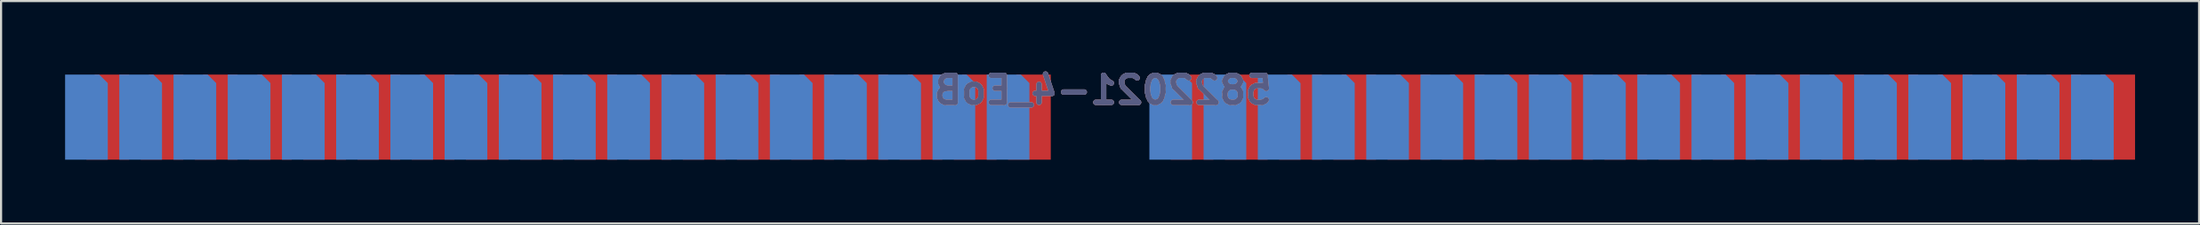
<source format=kicad_pcb>
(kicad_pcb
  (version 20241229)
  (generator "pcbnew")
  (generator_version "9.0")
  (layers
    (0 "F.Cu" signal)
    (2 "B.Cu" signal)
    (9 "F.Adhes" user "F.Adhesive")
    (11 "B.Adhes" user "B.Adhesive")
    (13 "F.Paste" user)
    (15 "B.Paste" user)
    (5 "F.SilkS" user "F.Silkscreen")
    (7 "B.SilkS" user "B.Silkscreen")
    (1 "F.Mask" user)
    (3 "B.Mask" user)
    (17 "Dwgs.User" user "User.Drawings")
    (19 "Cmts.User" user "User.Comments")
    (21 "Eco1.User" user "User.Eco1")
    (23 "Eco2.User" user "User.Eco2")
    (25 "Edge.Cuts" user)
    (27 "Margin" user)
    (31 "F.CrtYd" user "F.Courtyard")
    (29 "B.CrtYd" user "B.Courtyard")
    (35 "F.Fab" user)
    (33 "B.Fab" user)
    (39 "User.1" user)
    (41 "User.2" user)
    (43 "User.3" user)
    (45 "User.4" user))
  (footprint "5822021-4_EoB"
    (layer "F.Cu")
    (at 48.99 2.459)
    (property "Reference" "5822021-4_EoB" (at -0.365 -1.27 0) (layer "B.SilkS") (effects (font (size 1.27 1.27) (thickness 0.254)) (justify mirror)))
    (attr through_hole)
    (fp_text user "${REFERENCE}" (at -0.365 -1.27 0) (layer "B.Fab") (effects (font (size 1.27 1.27) (thickness 0.254)) (justify mirror)))
    (pad "1" connect roundrect (at -47.99 0) (size 2 4) (layers "B.Cu" "B.Mask") (roundrect_rratio 0) (chamfer_ratio 0.2) (chamfer top_right))
    (pad "2" connect roundrect (at -46.99 0) (size 2 4) (layers "F.Cu" "F.Mask") (roundrect_rratio 0) (chamfer_ratio 0.2) (chamfer top_left))
    (pad "3" connect roundrect (at -45.45 0) (size 2 4) (layers "B.Cu" "B.Mask") (roundrect_rratio 0) (chamfer_ratio 0.2) (chamfer top_right))
    (pad "4" connect roundrect (at -44.45 0) (size 2 4) (layers "F.Cu" "F.Mask") (roundrect_rratio 0) (chamfer_ratio 0.2) (chamfer top_left))
    (pad "5" connect roundrect (at -42.91 0) (size 2 4) (layers "B.Cu" "B.Mask") (roundrect_rratio 0) (chamfer_ratio 0.2) (chamfer top_right))
    (pad "6" connect roundrect (at -41.91 0) (size 2 4) (layers "F.Cu" "F.Mask") (roundrect_rratio 0) (chamfer_ratio 0.2) (chamfer top_left))
    (pad "7" connect roundrect (at -40.37 0) (size 2 4) (layers "B.Cu" "B.Mask") (roundrect_rratio 0) (chamfer_ratio 0.2) (chamfer top_right))
    (pad "8" connect roundrect (at -39.37 0) (size 2 4) (layers "F.Cu" "F.Mask") (roundrect_rratio 0) (chamfer_ratio 0.2) (chamfer top_left))
    (pad "9" connect roundrect (at -37.83 0) (size 2 4) (layers "B.Cu" "B.Mask") (roundrect_rratio 0) (chamfer_ratio 0.2) (chamfer top_right))
    (pad "10" connect roundrect (at -36.83 0) (size 2 4) (layers "F.Cu" "F.Mask") (roundrect_rratio 0) (chamfer_ratio 0.2) (chamfer top_left))
    (pad "11" connect roundrect (at -35.29 0) (size 2 4) (layers "B.Cu" "B.Mask") (roundrect_rratio 0) (chamfer_ratio 0.2) (chamfer top_right))
    (pad "12" connect roundrect (at -34.29 0) (size 2 4) (layers "F.Cu" "F.Mask") (roundrect_rratio 0) (chamfer_ratio 0.2) (chamfer top_left))
    (pad "13" connect roundrect (at -32.75 0) (size 2 4) (layers "B.Cu" "B.Mask") (roundrect_rratio 0) (chamfer_ratio 0.2) (chamfer top_right))
    (pad "14" connect roundrect (at -31.75 0) (size 2 4) (layers "F.Cu" "F.Mask") (roundrect_rratio 0) (chamfer_ratio 0.2) (chamfer top_left))
    (pad "15" connect roundrect (at -30.21 0) (size 2 4) (layers "B.Cu" "B.Mask") (roundrect_rratio 0) (chamfer_ratio 0.2) (chamfer top_right))
    (pad "16" connect roundrect (at -29.21 0) (size 2 4) (layers "F.Cu" "F.Mask") (roundrect_rratio 0) (chamfer_ratio 0.2) (chamfer top_left))
    (pad "17" connect roundrect (at -27.67 0) (size 2 4) (layers "B.Cu" "B.Mask") (roundrect_rratio 0) (chamfer_ratio 0.2) (chamfer top_right))
    (pad "18" connect roundrect (at -26.67 0) (size 2 4) (layers "F.Cu" "F.Mask") (roundrect_rratio 0) (chamfer_ratio 0.2) (chamfer top_left))
    (pad "19" connect roundrect (at -25.13 0) (size 2 4) (layers "B.Cu" "B.Mask") (roundrect_rratio 0) (chamfer_ratio 0.2) (chamfer top_right))
    (pad "20" connect roundrect (at -24.13 0) (size 2 4) (layers "F.Cu" "F.Mask") (roundrect_rratio 0) (chamfer_ratio 0.2) (chamfer top_left))
    (pad "21" connect roundrect (at -22.59 0) (size 2 4) (layers "B.Cu" "B.Mask") (roundrect_rratio 0) (chamfer_ratio 0.2) (chamfer top_right))
    (pad "22" connect roundrect (at -21.59 0) (size 2 4) (layers "F.Cu" "F.Mask") (roundrect_rratio 0) (chamfer_ratio 0.2) (chamfer top_left))
    (pad "23" connect roundrect (at -20.05 0) (size 2 4) (layers "B.Cu" "B.Mask") (roundrect_rratio 0) (chamfer_ratio 0.2) (chamfer top_right))
    (pad "24" connect roundrect (at -19.05 0) (size 2 4) (layers "F.Cu" "F.Mask") (roundrect_rratio 0) (chamfer_ratio 0.2) (chamfer top_left))
    (pad "25" connect roundrect (at -17.51 0) (size 2 4) (layers "B.Cu" "B.Mask") (roundrect_rratio 0) (chamfer_ratio 0.2) (chamfer top_right))
    (pad "26" connect roundrect (at -16.51 0) (size 2 4) (layers "F.Cu" "F.Mask") (roundrect_rratio 0) (chamfer_ratio 0.2) (chamfer top_left))
    (pad "27" connect roundrect (at -14.97 0) (size 2 4) (layers "B.Cu" "B.Mask") (roundrect_rratio 0) (chamfer_ratio 0.2) (chamfer top_right))
    (pad "28" connect roundrect (at -13.97 0) (size 2 4) (layers "F.Cu" "F.Mask") (roundrect_rratio 0) (chamfer_ratio 0.2) (chamfer top_left))
    (pad "29" connect roundrect (at -12.43 0) (size 2 4) (layers "B.Cu" "B.Mask") (roundrect_rratio 0) (chamfer_ratio 0.2) (chamfer top_right))
    (pad "30" connect roundrect (at -11.43 0) (size 2 4) (layers "F.Cu" "F.Mask") (roundrect_rratio 0) (chamfer_ratio 0.2) (chamfer top_left))
    (pad "31" connect roundrect (at -9.89 0) (size 2 4) (layers "B.Cu" "B.Mask") (roundrect_rratio 0) (chamfer_ratio 0.2) (chamfer top_right))
    (pad "32" connect roundrect (at -8.89 0) (size 2 4) (layers "F.Cu" "F.Mask") (roundrect_rratio 0) (chamfer_ratio 0.2) (chamfer top_left))
    (pad "33" connect roundrect (at -7.35 0) (size 2 4) (layers "B.Cu" "B.Mask") (roundrect_rratio 0) (chamfer_ratio 0.2) (chamfer top_right))
    (pad "34" connect roundrect (at -6.35 0) (size 2 4) (layers "F.Cu" "F.Mask") (roundrect_rratio 0) (chamfer_ratio 0.2) (chamfer top_left))
    (pad "35" connect roundrect (at -4.81 0) (size 2 4) (layers "B.Cu" "B.Mask") (roundrect_rratio 0) (chamfer_ratio 0.2) (chamfer top_right))
    (pad "36" connect roundrect (at -3.81 0) (size 2 4) (layers "F.Cu" "F.Mask") (roundrect_rratio 0) (chamfer_ratio 0.2) (chamfer top_left))
    (pad "37" connect roundrect (at 2.81 0) (size 2 4) (layers "B.Cu" "B.Mask") (roundrect_rratio 0) (chamfer_ratio 0.2) (chamfer top_right))
    (pad "38" connect roundrect (at 3.81 0) (size 2 4) (layers "F.Cu" "F.Mask") (roundrect_rratio 0) (chamfer_ratio 0.2) (chamfer top_left))
    (pad "39" connect roundrect (at 5.35 0) (size 2 4) (layers "B.Cu" "B.Mask") (roundrect_rratio 0) (chamfer_ratio 0.2) (chamfer top_right))
    (pad "40" connect roundrect (at 6.35 0) (size 2 4) (layers "F.Cu" "F.Mask") (roundrect_rratio 0) (chamfer_ratio 0.2) (chamfer top_left))
    (pad "41" connect roundrect (at 7.89 0) (size 2 4) (layers "B.Cu" "B.Mask") (roundrect_rratio 0) (chamfer_ratio 0.2) (chamfer top_right))
    (pad "42" connect roundrect (at 8.89 0) (size 2 4) (layers "F.Cu" "F.Mask") (roundrect_rratio 0) (chamfer_ratio 0.2) (chamfer top_left))
    (pad "43" connect roundrect (at 10.43 0) (size 2 4) (layers "B.Cu" "B.Mask") (roundrect_rratio 0) (chamfer_ratio 0.2) (chamfer top_right))
    (pad "44" connect roundrect (at 11.43 0) (size 2 4) (layers "F.Cu" "F.Mask") (roundrect_rratio 0) (chamfer_ratio 0.2) (chamfer top_left))
    (pad "45" connect roundrect (at 12.97 0) (size 2 4) (layers "B.Cu" "B.Mask") (roundrect_rratio 0) (chamfer_ratio 0.2) (chamfer top_right))
    (pad "46" connect roundrect (at 13.97 0) (size 2 4) (layers "F.Cu" "F.Mask") (roundrect_rratio 0) (chamfer_ratio 0.2) (chamfer top_left))
    (pad "47" connect roundrect (at 15.51 0) (size 2 4) (layers "B.Cu" "B.Mask") (roundrect_rratio 0) (chamfer_ratio 0.2) (chamfer top_right))
    (pad "48" connect roundrect (at 16.51 0) (size 2 4) (layers "F.Cu" "F.Mask") (roundrect_rratio 0) (chamfer_ratio 0.2) (chamfer top_left))
    (pad "49" connect roundrect (at 18.05 0) (size 2 4) (layers "B.Cu" "B.Mask") (roundrect_rratio 0) (chamfer_ratio 0.2) (chamfer top_right))
    (pad "50" connect roundrect (at 19.05 0) (size 2 4) (layers "F.Cu" "F.Mask") (roundrect_rratio 0) (chamfer_ratio 0.2) (chamfer top_left))
    (pad "51" connect roundrect (at 20.59 0) (size 2 4) (layers "B.Cu" "B.Mask") (roundrect_rratio 0) (chamfer_ratio 0.2) (chamfer top_right))
    (pad "52" connect roundrect (at 21.59 0) (size 2 4) (layers "F.Cu" "F.Mask") (roundrect_rratio 0) (chamfer_ratio 0.2) (chamfer top_left))
    (pad "53" connect roundrect (at 23.13 0) (size 2 4) (layers "B.Cu" "B.Mask") (roundrect_rratio 0) (chamfer_ratio 0.2) (chamfer top_right))
    (pad "54" connect roundrect (at 24.13 0) (size 2 4) (layers "F.Cu" "F.Mask") (roundrect_rratio 0) (chamfer_ratio 0.2) (chamfer top_left))
    (pad "55" connect roundrect (at 25.67 0) (size 2 4) (layers "B.Cu" "B.Mask") (roundrect_rratio 0) (chamfer_ratio 0.2) (chamfer top_right))
    (pad "56" connect roundrect (at 26.67 0) (size 2 4) (layers "F.Cu" "F.Mask") (roundrect_rratio 0) (chamfer_ratio 0.2) (chamfer top_left))
    (pad "57" connect roundrect (at 28.21 0) (size 2 4) (layers "B.Cu" "B.Mask") (roundrect_rratio 0) (chamfer_ratio 0.2) (chamfer top_right))
    (pad "58" connect roundrect (at 29.21 0) (size 2 4) (layers "F.Cu" "F.Mask") (roundrect_rratio 0) (chamfer_ratio 0.2) (chamfer top_left))
    (pad "59" connect roundrect (at 30.75 0) (size 2 4) (layers "B.Cu" "B.Mask") (roundrect_rratio 0) (chamfer_ratio 0.2) (chamfer top_right))
    (pad "60" connect roundrect (at 31.75 0) (size 2 4) (layers "F.Cu" "F.Mask") (roundrect_rratio 0) (chamfer_ratio 0.2) (chamfer top_left))
    (pad "61" connect roundrect (at 33.29 0) (size 2 4) (layers "B.Cu" "B.Mask") (roundrect_rratio 0) (chamfer_ratio 0.2) (chamfer top_right))
    (pad "62" connect roundrect (at 34.29 0) (size 2 4) (layers "F.Cu" "F.Mask") (roundrect_rratio 0) (chamfer_ratio 0.2) (chamfer top_left))
    (pad "63" connect roundrect (at 35.83 0) (size 2 4) (layers "B.Cu" "B.Mask") (roundrect_rratio 0) (chamfer_ratio 0.2) (chamfer top_right))
    (pad "64" connect roundrect (at 36.83 0) (size 2 4) (layers "F.Cu" "F.Mask") (roundrect_rratio 0) (chamfer_ratio 0.2) (chamfer top_left))
    (pad "65" connect roundrect (at 38.37 0) (size 2 4) (layers "B.Cu" "B.Mask") (roundrect_rratio 0) (chamfer_ratio 0.2) (chamfer top_right))
    (pad "66" connect roundrect (at 39.37 0) (size 2 4) (layers "F.Cu" "F.Mask") (roundrect_rratio 0) (chamfer_ratio 0.2) (chamfer top_left))
    (pad "67" connect roundrect (at 40.91 0) (size 2 4) (layers "B.Cu" "B.Mask") (roundrect_rratio 0) (chamfer_ratio 0.2) (chamfer top_right))
    (pad "68" connect roundrect (at 41.91 0) (size 2 4) (layers "F.Cu" "F.Mask") (roundrect_rratio 0) (chamfer_ratio 0.2) (chamfer top_left))
    (pad "69" connect roundrect (at 43.45 0) (size 2 4) (layers "B.Cu" "B.Mask") (roundrect_rratio 0) (chamfer_ratio 0.2) (chamfer top_right))
    (pad "70" connect roundrect (at 44.45 0) (size 2 4) (layers "F.Cu" "F.Mask") (roundrect_rratio 0) (chamfer_ratio 0.2) (chamfer top_left))
    (pad "71" connect roundrect (at 45.99 0) (size 2 4) (layers "B.Cu" "B.Mask") (roundrect_rratio 0) (chamfer_ratio 0.2) (chamfer top_right))
    (pad "72" connect roundrect (at 46.99 0) (size 2 4) (layers "F.Cu" "F.Mask") (roundrect_rratio 0) (chamfer_ratio 0.2) (chamfer top_left)))
  (gr_rect
    (start -3 -3)
    (end 99.98 7.459)
    (stroke (width 0.1) (type default))
    (fill no)
    (layer "Edge.Cuts")))
</source>
